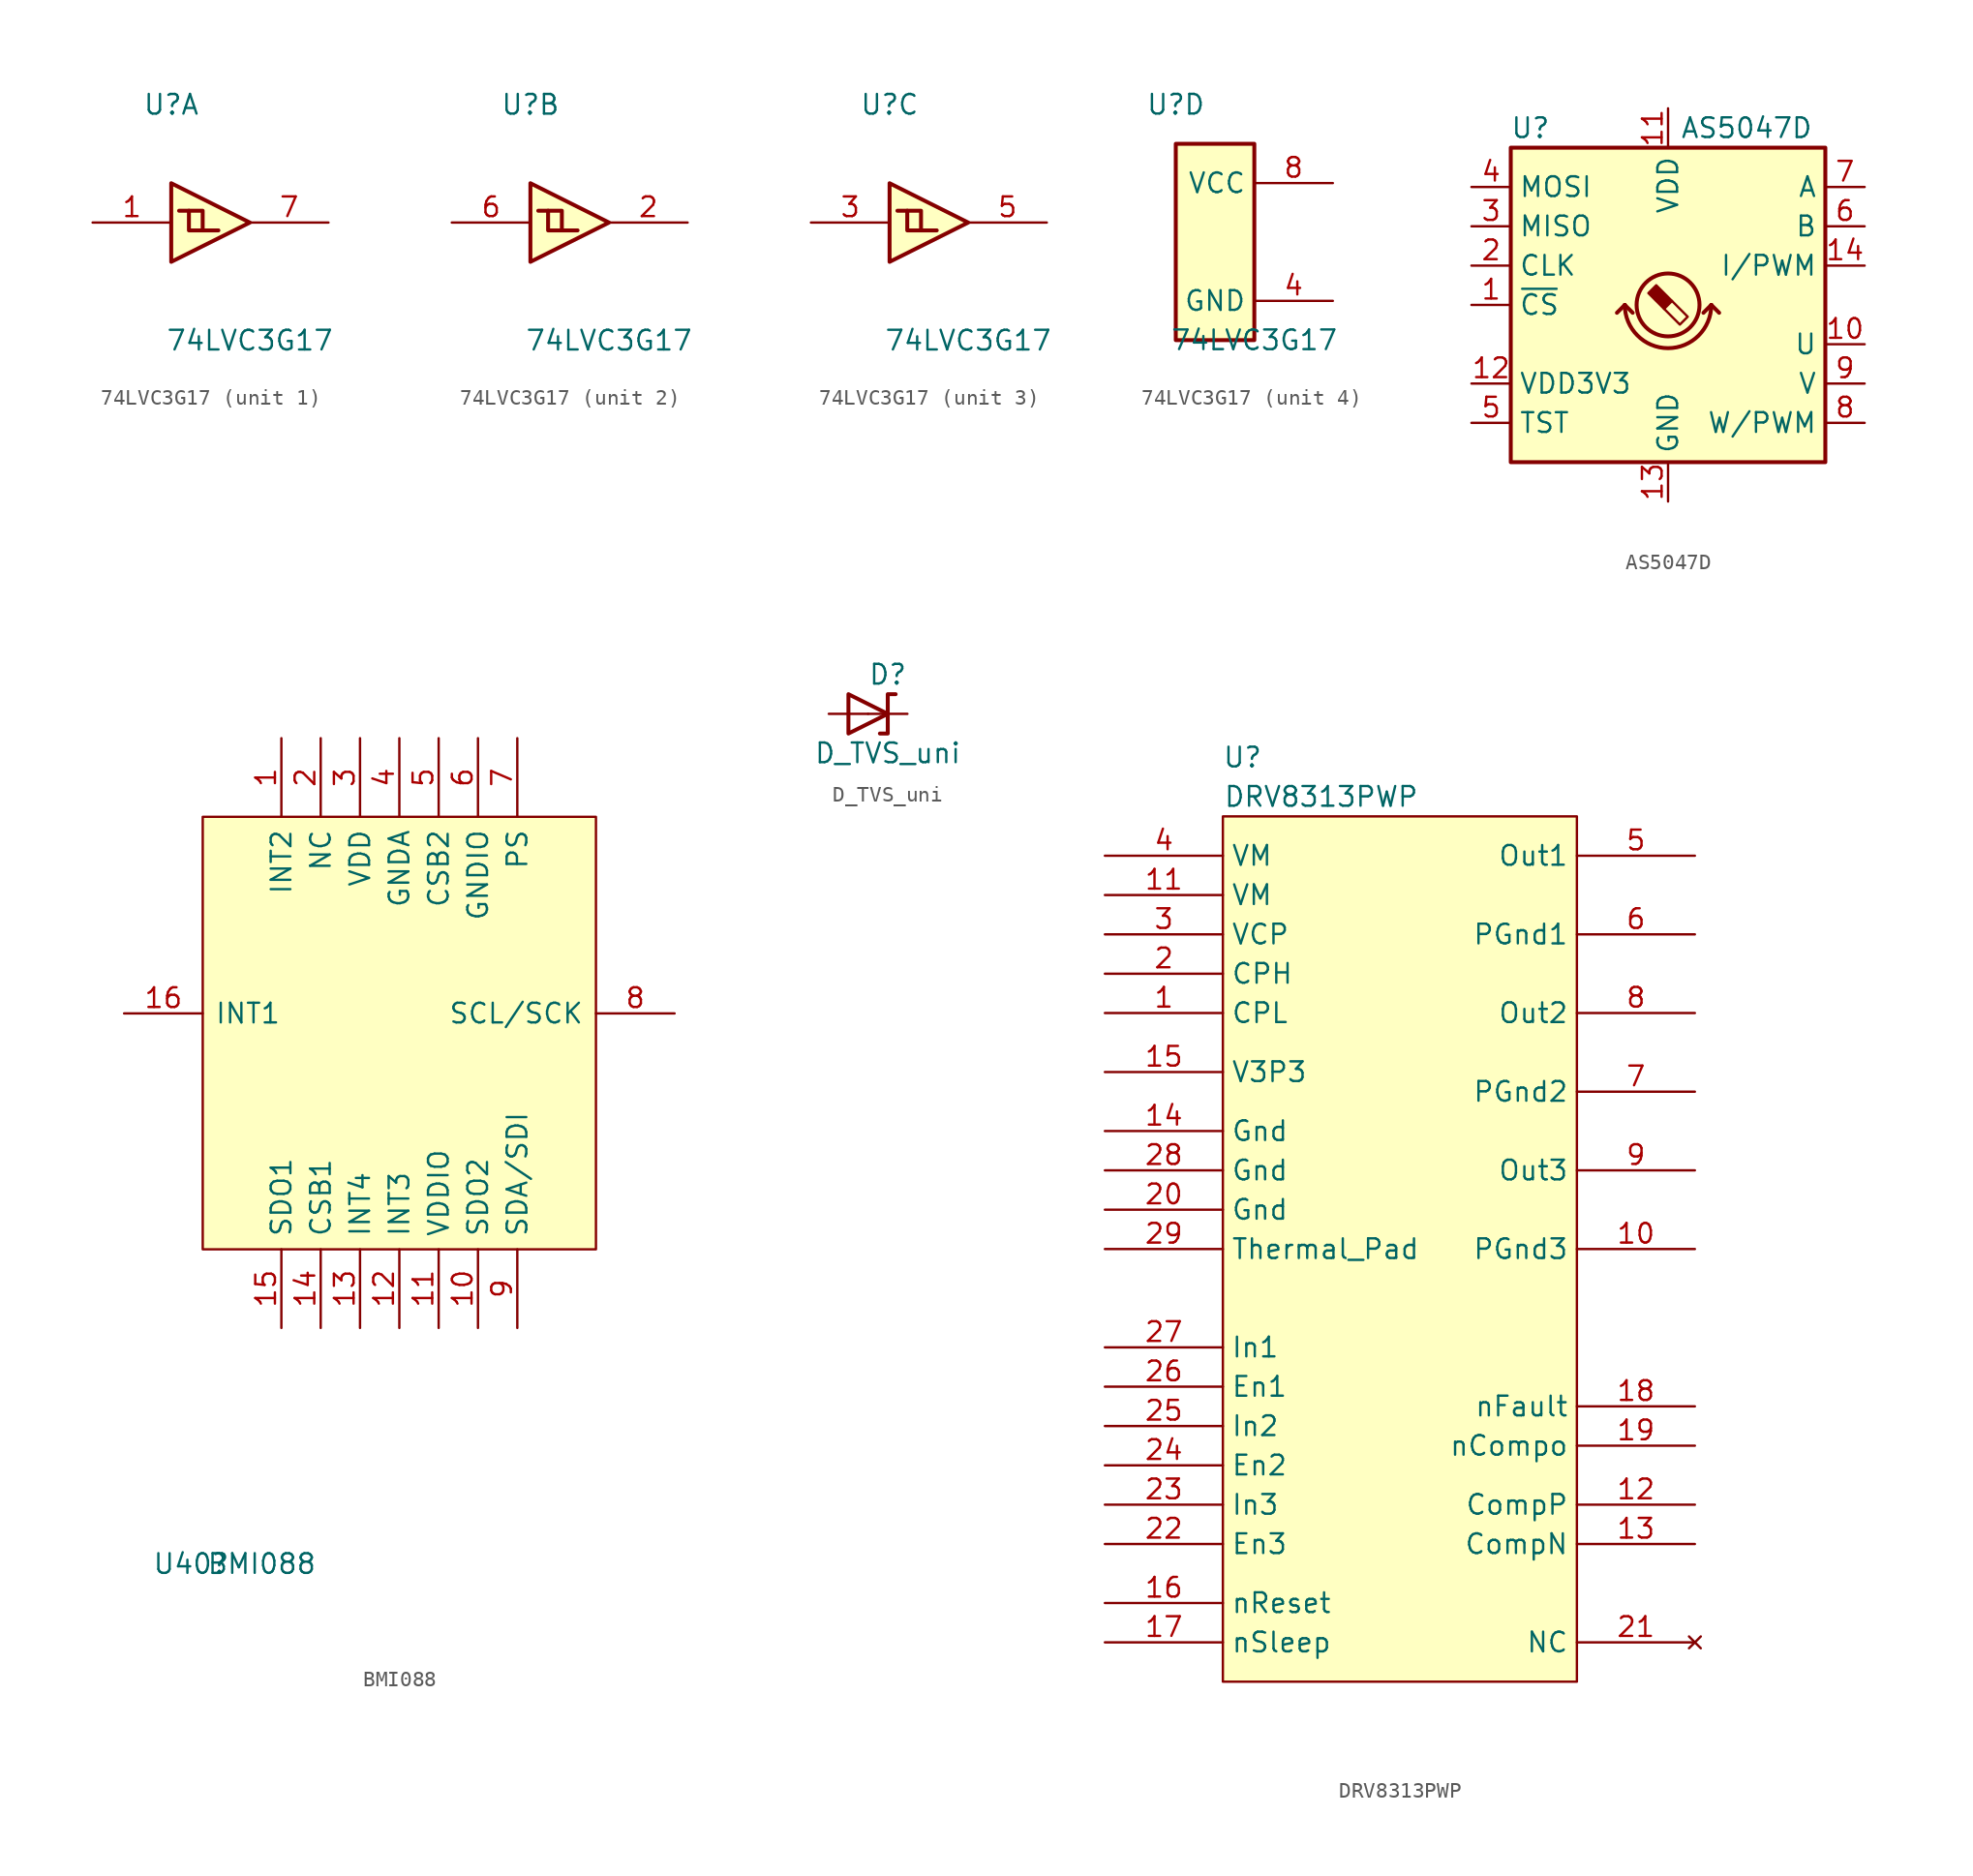
<source format=kicad_sym>
(kicad_symbol_lib
  (version 20241209)
  (generator "kicad_symbol_editor")
  (generator_version "9.0")
  (symbol "74LVC3G17"
    (property "Reference" "U"
      (at -2.54 7.62 0)
      (effects (font (size 1.27 1.27))))
    (property "Value" "74LVC3G17"
      (at 2.54 -7.62 0)
      (effects (font (size 1.27 1.27))))
    (symbol "74LVC3G17_1_1"
      (polyline (pts (xy -2.54 2.54) (xy -2.54 -2.54) (xy 2.54 0) (xy -2.54 2.54)) (stroke (width 0.254) (type default)) (fill (type background)))
      (polyline (pts (xy -2.032 0.762) (xy -1.397 0.762) (xy -1.397 -0.508) (xy 0.508 -0.508)) (stroke (width 0.254) (type default)) (fill (type background)))
      (polyline (pts (xy -1.397 0.762) (xy -0.508 0.762) (xy -0.508 -0.508)) (stroke (width 0.254) (type default)) (fill (type background)))
      (pin input line (at -7.62 0 0) (length 5.08) (name "~" (effects (font (size 1.27 1.27)))) (number "1" (effects (font (size 1.27 1.27)))))
      (pin output line (at 7.62 0 180) (length 5.08) (name "~" (effects (font (size 1.27 1.27)))) (number "7" (effects (font (size 1.27 1.27))))))
    (symbol "74LVC3G17_2_1"
      (polyline (pts (xy -2.54 2.54) (xy -2.54 -2.54) (xy 2.54 0) (xy -2.54 2.54)) (stroke (width 0.254) (type default)) (fill (type background)))
      (polyline (pts (xy -2.032 0.762) (xy -1.397 0.762) (xy -1.397 -0.508) (xy 0.508 -0.508)) (stroke (width 0.254) (type default)) (fill (type background)))
      (polyline (pts (xy -1.397 0.762) (xy -0.508 0.762) (xy -0.508 -0.508)) (stroke (width 0.254) (type default)) (fill (type background)))
      (pin input line (at -7.62 0 0) (length 5.08) (name "~" (effects (font (size 1.27 1.27)))) (number "6" (effects (font (size 1.27 1.27)))))
      (pin output line (at 7.62 0 180) (length 5.08) (name "~" (effects (font (size 1.27 1.27)))) (number "2" (effects (font (size 1.27 1.27))))))
    (symbol "74LVC3G17_3_1"
      (polyline (pts (xy -2.54 2.54) (xy -2.54 -2.54) (xy 2.54 0) (xy -2.54 2.54)) (stroke (width 0.254) (type default)) (fill (type background)))
      (polyline (pts (xy -2.032 0.762) (xy -1.397 0.762) (xy -1.397 -0.508) (xy 0.508 -0.508)) (stroke (width 0.254) (type default)) (fill (type background)))
      (polyline (pts (xy -1.397 0.762) (xy -0.508 0.762) (xy -0.508 -0.508)) (stroke (width 0.254) (type default)) (fill (type background)))
      (pin input line (at -7.62 0 0) (length 5.08) (name "~" (effects (font (size 1.27 1.27)))) (number "3" (effects (font (size 1.27 1.27)))))
      (pin output line (at 7.62 0 180) (length 5.08) (name "~" (effects (font (size 1.27 1.27)))) (number "5" (effects (font (size 1.27 1.27))))))
    (symbol "74LVC3G17_4_0"
      (rectangle (start -2.54 5.08) (end 2.54 -7.62) (stroke (width 0.254) (type default)) (fill (type background))))
    (symbol "74LVC3G17_4_1"
      (pin power_in line (at 7.62 2.54 180) (length 5.08) (name "VCC" (effects (font (size 1.27 1.27)))) (number "8" (effects (font (size 1.27 1.27)))))
      (pin power_in line (at 7.62 -5.08 180) (length 5.08) (name "GND" (effects (font (size 1.27 1.27)))) (number "4" (effects (font (size 1.27 1.27)))))))
  (symbol "AS5047D"
    (property "Reference" "U"
      (at -8.89 11.43 0)
      (effects (font (size 1.27 1.27))))
    (property "Value" "AS5047D"
      (at 5.08 11.43 0)
      (effects (font (size 1.27 1.27))))
    (symbol "AS5047D_1_1"
      (rectangle (start -10.16 10.16) (end 10.16 -10.16) (stroke (width 0.254) (type default)) (fill (type background)))
      (polyline (pts (xy -2.794 0) (xy -3.302 -0.508)) (stroke (width 0.254) (type default)) (fill (type none)))
      (polyline (pts (xy -2.794 0) (xy -2.286 -0.508)) (stroke (width 0.254) (type default)) (fill (type none)))
      (polyline (pts (xy -0.762 1.27) (xy 0.254 0.254) (xy -0.254 -0.254) (xy -1.27 0.762) (xy -1.016 1.016) (xy -0.762 1.27) (xy -0.635 1.143)) (stroke (width 0) (type default)) (fill (type outline)))
      (arc (start 2.794 0) (mid 0 -2.7819) (end -2.794 0) (stroke (width 0.254) (type default)) (fill (type none)))
      (circle (center 0 0) (radius 2.032) (stroke (width 0.254) (type default)) (fill (type none)))
      (polyline (pts (xy 0.254 0.254) (xy 1.27 -0.762) (xy 0.762 -1.27) (xy -0.254 -0.254)) (stroke (width 0) (type default)) (fill (type none)))
      (polyline (pts (xy 2.794 0) (xy 2.286 -0.508)) (stroke (width 0.254) (type default)) (fill (type none)))
      (polyline (pts (xy 2.794 0) (xy 3.302 -0.508)) (stroke (width 0.254) (type default)) (fill (type none)))
      (pin input line (at -12.7 7.62 0) (length 2.54) (name "MOSI" (effects (font (size 1.27 1.27)))) (number "4" (effects (font (size 1.27 1.27)))))
      (pin bidirectional line (at -12.7 5.08 0) (length 2.54) (name "MISO" (effects (font (size 1.27 1.27)))) (number "3" (effects (font (size 1.27 1.27)))))
      (pin input line (at -12.7 2.54 0) (length 2.54) (name "CLK" (effects (font (size 1.27 1.27)))) (number "2" (effects (font (size 1.27 1.27)))))
      (pin input line (at -12.7 0 0) (length 2.54) (name "~{CS}" (effects (font (size 1.27 1.27)))) (number "1" (effects (font (size 1.27 1.27)))))
      (pin passive line (at -12.7 -5.08 0) (length 2.54) (name "VDD3V3" (effects (font (size 1.27 1.27)))) (number "12" (effects (font (size 1.27 1.27)))))
      (pin input line (at -12.7 -7.62 0) (length 2.54) (name "TST" (effects (font (size 1.27 1.27)))) (number "5" (effects (font (size 1.27 1.27)))))
      (pin power_in line (at 0 12.7 270) (length 2.54) (name "VDD" (effects (font (size 1.27 1.27)))) (number "11" (effects (font (size 1.27 1.27)))))
      (pin power_in line (at 0 -12.7 90) (length 2.54) (name "GND" (effects (font (size 1.27 1.27)))) (number "13" (effects (font (size 1.27 1.27)))))
      (pin output line (at 12.7 7.62 180) (length 2.54) (name "A" (effects (font (size 1.27 1.27)))) (number "7" (effects (font (size 1.27 1.27)))))
      (pin output line (at 12.7 5.08 180) (length 2.54) (name "B" (effects (font (size 1.27 1.27)))) (number "6" (effects (font (size 1.27 1.27)))))
      (pin output line (at 12.7 2.54 180) (length 2.54) (name "I/PWM" (effects (font (size 1.27 1.27)))) (number "14" (effects (font (size 1.27 1.27)))))
      (pin output line (at 12.7 -2.54 180) (length 2.54) (name "U" (effects (font (size 1.27 1.27)))) (number "10" (effects (font (size 1.27 1.27)))))
      (pin output line (at 12.7 -5.08 180) (length 2.54) (name "V" (effects (font (size 1.27 1.27)))) (number "9" (effects (font (size 1.27 1.27)))))
      (pin output line (at 12.7 -7.62 180) (length 2.54) (name "W/PWM" (effects (font (size 1.27 1.27)))) (number "8" (effects (font (size 1.27 1.27)))))))
  (symbol "BMI088"
    (pin_names
      (offset 0.762))
    (property "Reference" "U40"
      (at 4.331 -35.56 0)
      (effects (font (size 1.27 1.27))))
    (property "Value" "BMI088"
      (at 8.89 -35.56 0)
      (effects (font (size 1.27 1.27))))
    (symbol "BMI088_0_0"
      (pin passive line (at 0 0 0) (length 5.08) (name "INT1" (effects (font (size 1.27 1.27)))) (number "16" (effects (font (size 1.27 1.27)))))
      (pin passive line (at 10.16 17.78 270) (length 5.08) (name "INT2" (effects (font (size 1.27 1.27)))) (number "1" (effects (font (size 1.27 1.27)))))
      (pin passive line (at 10.16 -20.32 90) (length 5.08) (name "SDO1" (effects (font (size 1.27 1.27)))) (number "15" (effects (font (size 1.27 1.27)))))
      (pin power_in line (at 12.7 17.78 270) (length 5.08) (name "NC" (effects (font (size 1.27 1.27)))) (number "2" (effects (font (size 1.27 1.27)))))
      (pin passive line (at 12.7 -20.32 90) (length 5.08) (name "CSB1" (effects (font (size 1.27 1.27)))) (number "14" (effects (font (size 1.27 1.27)))))
      (pin passive line (at 15.24 17.78 270) (length 5.08) (name "VDD" (effects (font (size 1.27 1.27)))) (number "3" (effects (font (size 1.27 1.27)))))
      (pin passive line (at 15.24 -20.32 90) (length 5.08) (name "INT4" (effects (font (size 1.27 1.27)))) (number "13" (effects (font (size 1.27 1.27)))))
      (pin passive line (at 17.78 17.78 270) (length 5.08) (name "GNDA" (effects (font (size 1.27 1.27)))) (number "4" (effects (font (size 1.27 1.27)))))
      (pin passive line (at 17.78 -20.32 90) (length 5.08) (name "INT3" (effects (font (size 1.27 1.27)))) (number "12" (effects (font (size 1.27 1.27)))))
      (pin passive line (at 20.32 17.78 270) (length 5.08) (name "CSB2" (effects (font (size 1.27 1.27)))) (number "5" (effects (font (size 1.27 1.27)))))
      (pin passive line (at 20.32 -20.32 90) (length 5.08) (name "VDDIO" (effects (font (size 1.27 1.27)))) (number "11" (effects (font (size 1.27 1.27)))))
      (pin passive line (at 22.86 17.78 270) (length 5.08) (name "GNDIO" (effects (font (size 1.27 1.27)))) (number "6" (effects (font (size 1.27 1.27)))))
      (pin passive line (at 22.86 -20.32 90) (length 5.08) (name "SDO2" (effects (font (size 1.27 1.27)))) (number "10" (effects (font (size 1.27 1.27)))))
      (pin passive line (at 25.4 17.78 270) (length 5.08) (name "PS" (effects (font (size 1.27 1.27)))) (number "7" (effects (font (size 1.27 1.27)))))
      (pin passive line (at 25.4 -20.32 90) (length 5.08) (name "SDA/SDI" (effects (font (size 1.27 1.27)))) (number "9" (effects (font (size 1.27 1.27)))))
      (pin passive line (at 35.56 0 180) (length 5.08) (name "SCL/SCK" (effects (font (size 1.27 1.27)))) (number "8" (effects (font (size 1.27 1.27))))))
    (symbol "BMI088_0_1"
      (polyline (pts (xy 5.08 12.7) (xy 30.48 12.7) (xy 30.48 -15.24) (xy 5.08 -15.24) (xy 5.08 12.7)) (stroke (width 0.152) (type default)) (fill (type background)))))
  (symbol "D_TVS_uni"
    (pin_numbers
      (hide yes))
    (pin_names
      (offset 1.016)
      (hide yes))
    (property "Reference" "D"
      (at 0 2.54 0)
      (effects (font (size 1.27 1.27))))
    (property "Value" "D_TVS_uni"
      (at 0 -2.54 0)
      (effects (font (size 1.27 1.27))))
    (symbol "D_TVS_uni_0_1"
      (polyline (pts (xy -2.54 1.27) (xy -2.54 -1.27) (xy 0 0) (xy 0 0) (xy -2.54 1.27)) (stroke (width 0.254) (type default)) (fill (type none)))
      (polyline (pts (xy 0.508 1.27) (xy 0 1.27) (xy 0 -1.27) (xy -0.508 -1.27)) (stroke (width 0.254) (type default)) (fill (type none))))
    (symbol "D_TVS_uni_1_1"
      (pin passive line (at -3.81 0 0) (length 2.54) (name "A2" (effects (font (size 1.27 1.27)))) (number "2" (effects (font (size 1.27 1.27)))))
      (pin passive line (at 1.27 0 180) (length 2.54) (name "A1" (effects (font (size 1.27 1.27)))) (number "1" (effects (font (size 1.27 1.27)))))))
  (symbol "DRV8313PWP"
    (property "Reference" "U"
      (at 8.89 6.35 0)
      (effects (font (size 1.27 1.27))))
    (property "Value" "DRV8313PWP"
      (at 13.97 3.81 0)
      (effects (font (size 1.27 1.27))))
    (symbol "DRV8313PWP_0_1"
      (rectangle (start 7.62 2.54) (end 30.48 -53.34) (stroke (width 0) (type default)) (fill (type background))))
    (symbol "DRV8313PWP_1_1"
      (pin power_in line (at 0 0 0) (length 7.62) (name "VM" (effects (font (size 1.27 1.27)))) (number "4" (effects (font (size 1.27 1.27)))))
      (pin power_in line (at 0 -2.54 0) (length 7.62) (name "VM" (effects (font (size 1.27 1.27)))) (number "11" (effects (font (size 1.27 1.27)))))
      (pin power_out line (at 0 -5.08 0) (length 7.62) (name "VCP" (effects (font (size 1.27 1.27)))) (number "3" (effects (font (size 1.27 1.27)))))
      (pin bidirectional line (at 0 -7.62 0) (length 7.62) (name "CPH" (effects (font (size 1.27 1.27)))) (number "2" (effects (font (size 1.27 1.27)))))
      (pin bidirectional line (at 0 -10.16 0) (length 7.62) (name "CPL" (effects (font (size 1.27 1.27)))) (number "1" (effects (font (size 1.27 1.27)))))
      (pin power_out line (at 0 -13.97 0) (length 7.62) (name "V3P3" (effects (font (size 1.27 1.27)))) (number "15" (effects (font (size 1.27 1.27)))))
      (pin power_in line (at 0 -17.78 0) (length 7.62) (name "Gnd" (effects (font (size 1.27 1.27)))) (number "14" (effects (font (size 1.27 1.27)))))
      (pin power_in line (at 0 -20.32 0) (length 7.62) (name "Gnd" (effects (font (size 1.27 1.27)))) (number "28" (effects (font (size 1.27 1.27)))))
      (pin power_in line (at 0 -22.86 0) (length 7.62) (name "Gnd" (effects (font (size 1.27 1.27)))) (number "20" (effects (font (size 1.27 1.27)))))
      (pin power_in line (at 0 -25.4 0) (length 7.62) (name "Thermal_Pad" (effects (font (size 1.27 1.27)))) (number "29" (effects (font (size 1.27 1.27)))))
      (pin input line (at 0 -31.75 0) (length 7.62) (name "In1" (effects (font (size 1.27 1.27)))) (number "27" (effects (font (size 1.27 1.27)))))
      (pin input line (at 0 -34.29 0) (length 7.62) (name "En1" (effects (font (size 1.27 1.27)))) (number "26" (effects (font (size 1.27 1.27)))))
      (pin input line (at 0 -36.83 0) (length 7.62) (name "In2" (effects (font (size 1.27 1.27)))) (number "25" (effects (font (size 1.27 1.27)))))
      (pin input line (at 0 -39.37 0) (length 7.62) (name "En2" (effects (font (size 1.27 1.27)))) (number "24" (effects (font (size 1.27 1.27)))))
      (pin input line (at 0 -41.91 0) (length 7.62) (name "In3" (effects (font (size 1.27 1.27)))) (number "23" (effects (font (size 1.27 1.27)))))
      (pin input line (at 0 -44.45 0) (length 7.62) (name "En3" (effects (font (size 1.27 1.27)))) (number "22" (effects (font (size 1.27 1.27)))))
      (pin input line (at 0 -48.26 0) (length 7.62) (name "nReset" (effects (font (size 1.27 1.27)))) (number "16" (effects (font (size 1.27 1.27)))))
      (pin input line (at 0 -50.8 0) (length 7.62) (name "nSleep" (effects (font (size 1.27 1.27)))) (number "17" (effects (font (size 1.27 1.27)))))
      (pin power_out line (at 38.1 0 180) (length 7.62) (name "Out1" (effects (font (size 1.27 1.27)))) (number "5" (effects (font (size 1.27 1.27)))))
      (pin power_in line (at 38.1 -5.08 180) (length 7.62) (name "PGnd1" (effects (font (size 1.27 1.27)))) (number "6" (effects (font (size 1.27 1.27)))))
      (pin power_out line (at 38.1 -10.16 180) (length 7.62) (name "Out2" (effects (font (size 1.27 1.27)))) (number "8" (effects (font (size 1.27 1.27)))))
      (pin power_in line (at 38.1 -15.24 180) (length 7.62) (name "PGnd2" (effects (font (size 1.27 1.27)))) (number "7" (effects (font (size 1.27 1.27)))))
      (pin power_out line (at 38.1 -20.32 180) (length 7.62) (name "Out3" (effects (font (size 1.27 1.27)))) (number "9" (effects (font (size 1.27 1.27)))))
      (pin power_in line (at 38.1 -25.4 180) (length 7.62) (name "PGnd3" (effects (font (size 1.27 1.27)))) (number "10" (effects (font (size 1.27 1.27)))))
      (pin free line (at 38.1 -35.56 180) (length 7.62) (name "nFault" (effects (font (size 1.27 1.27)))) (number "18" (effects (font (size 1.27 1.27)))))
      (pin free line (at 38.1 -38.1 180) (length 7.62) (name "nCompo" (effects (font (size 1.27 1.27)))) (number "19" (effects (font (size 1.27 1.27)))))
      (pin input line (at 38.1 -41.91 180) (length 7.62) (name "CompP" (effects (font (size 1.27 1.27)))) (number "12" (effects (font (size 1.27 1.27)))))
      (pin input line (at 38.1 -44.45 180) (length 7.62) (name "CompN" (effects (font (size 1.27 1.27)))) (number "13" (effects (font (size 1.27 1.27)))))
      (pin no_connect line (at 38.1 -50.8 180) (length 7.62) (name "NC" (effects (font (size 1.27 1.27)))) (number "21" (effects (font (size 1.27 1.27))))))))
</source>
